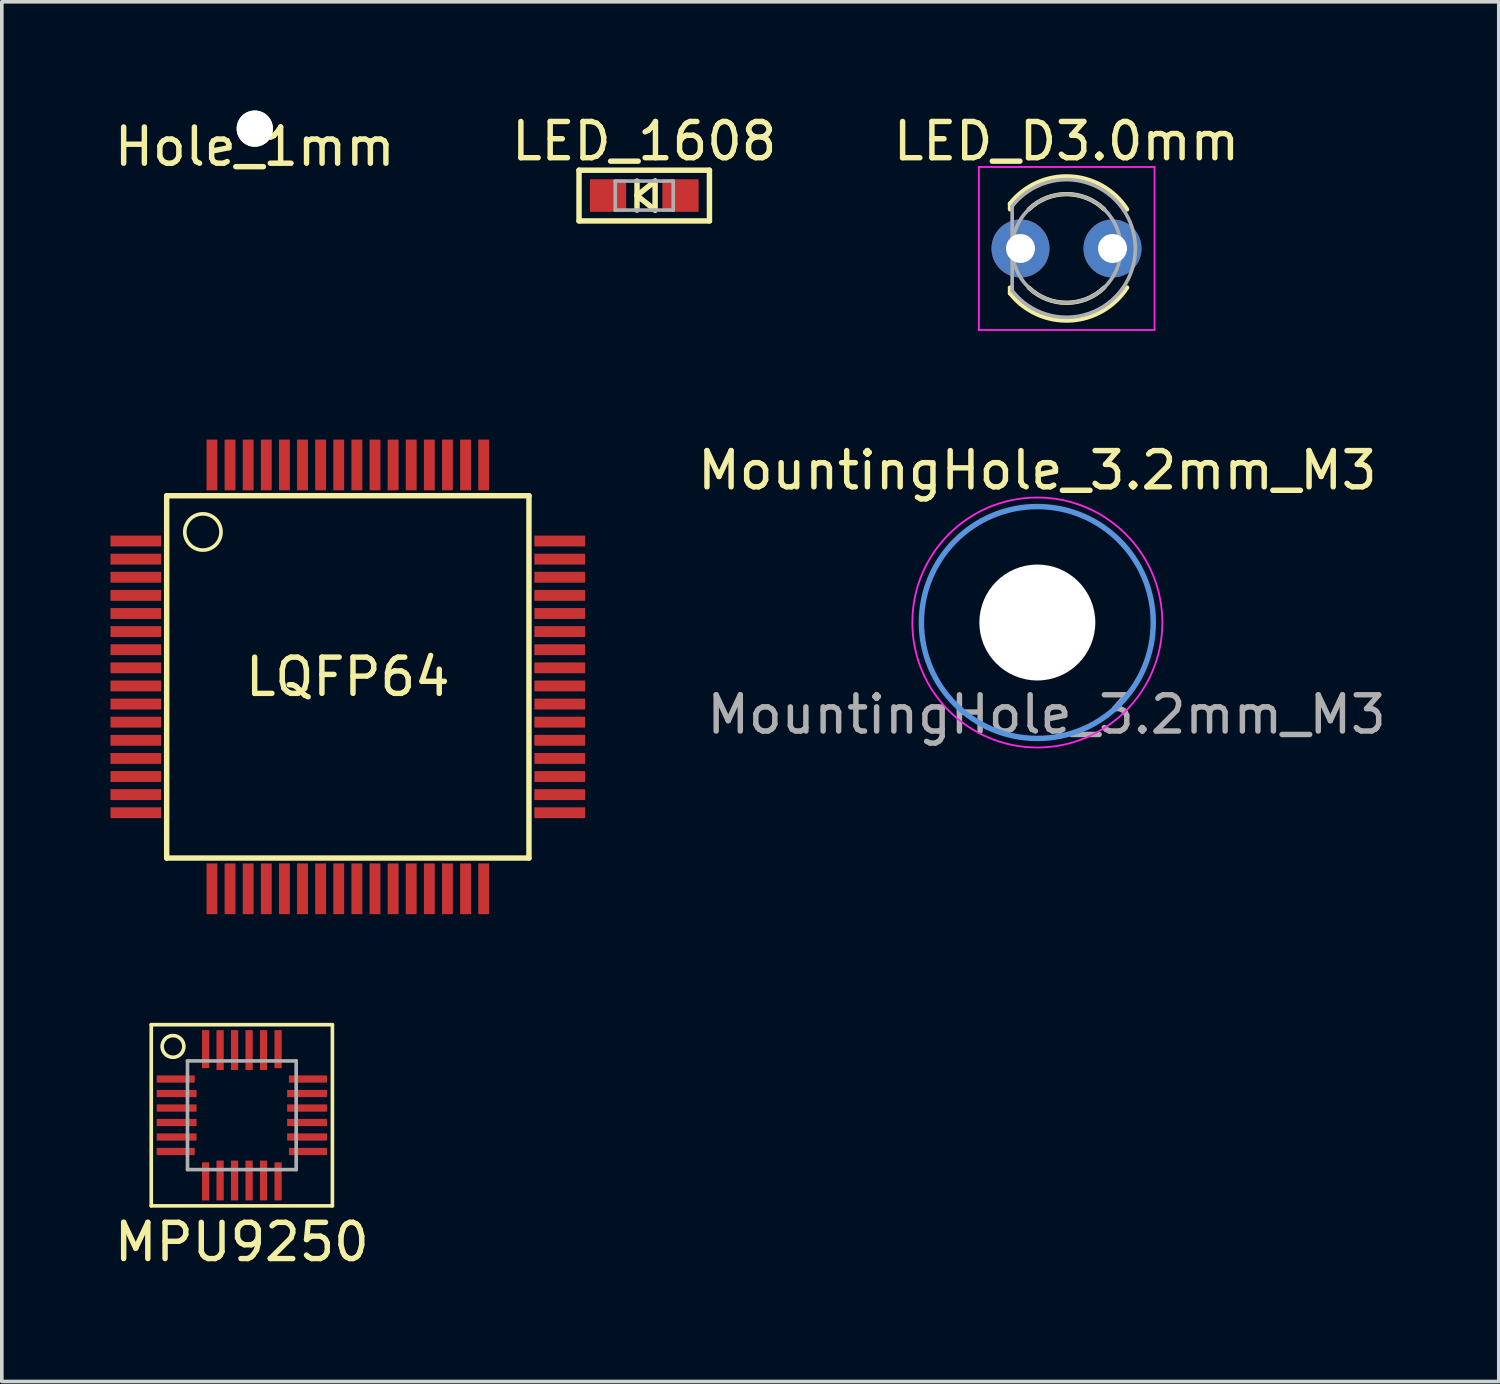
<source format=kicad_pcb>
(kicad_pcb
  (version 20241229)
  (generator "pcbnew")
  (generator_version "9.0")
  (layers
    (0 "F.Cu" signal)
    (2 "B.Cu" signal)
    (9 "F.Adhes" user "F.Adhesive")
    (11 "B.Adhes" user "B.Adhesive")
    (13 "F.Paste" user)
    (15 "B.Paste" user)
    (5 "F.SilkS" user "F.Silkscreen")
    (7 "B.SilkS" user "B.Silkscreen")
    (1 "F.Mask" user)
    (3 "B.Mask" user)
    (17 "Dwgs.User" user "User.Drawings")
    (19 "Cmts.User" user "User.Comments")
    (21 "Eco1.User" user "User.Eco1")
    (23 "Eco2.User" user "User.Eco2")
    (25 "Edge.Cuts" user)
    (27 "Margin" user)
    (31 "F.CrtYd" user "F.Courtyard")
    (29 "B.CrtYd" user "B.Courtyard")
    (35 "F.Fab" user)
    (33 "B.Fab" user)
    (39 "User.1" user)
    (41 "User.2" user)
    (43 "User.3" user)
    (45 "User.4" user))
  (footprint "LED_1608"
    (layer "F.Cu")
    (at 14.732 2.348)
    (property "Reference" "LED_1608" (at 0 -1.5 0) (layer "F.SilkS") (effects (font (size 1 1) (thickness 0.15))))
    (attr smd)
    (fp_line (start -1.8 -0.7) (end 1.8 -0.7) (stroke (width 0.15) (type solid)) (layer "F.SilkS"))
    (fp_line (start -1.8 0.7) (end -1.8 -0.7) (stroke (width 0.15) (type solid)) (layer "F.SilkS"))
    (fp_line (start -0.2 -0.4) (end -0.2 0.4) (stroke (width 0.15) (type solid)) (layer "F.SilkS"))
    (fp_line (start -0.2 0) (end 0.3 0.4) (stroke (width 0.15) (type solid)) (layer "F.SilkS"))
    (fp_line (start 0.3 -0.4) (end -0.2 0) (stroke (width 0.15) (type solid)) (layer "F.SilkS"))
    (fp_line (start 0.3 -0.4) (end 0.3 0.4) (stroke (width 0.15) (type solid)) (layer "F.SilkS"))
    (fp_line (start 1.8 -0.7) (end 1.8 0.7) (stroke (width 0.15) (type solid)) (layer "F.SilkS"))
    (fp_line (start 1.8 0.7) (end -1.8 0.7) (stroke (width 0.15) (type solid)) (layer "F.SilkS"))
    (fp_line (start -0.8 -0.4) (end 0.8 -0.4) (stroke (width 0.1) (type solid)) (layer "F.Fab"))
    (fp_line (start -0.8 0.4) (end -0.8 -0.4) (stroke (width 0.1) (type solid)) (layer "F.Fab"))
    (fp_line (start 0.8 -0.4) (end 0.8 0.4) (stroke (width 0.1) (type solid)) (layer "F.Fab"))
    (fp_line (start 0.8 0.4) (end -0.8 0.4) (stroke (width 0.1) (type solid)) (layer "F.Fab"))
    (pad "1" smd rect (at -1 0) (size 1 0.9) (layers "F.Cu" "F.Mask" "F.Paste"))
    (pad "2" smd rect (at 1 0) (size 1 0.9) (layers "F.Cu" "F.Mask" "F.Paste")))
  (footprint "LQFP64"
    (layer "F.Cu")
    (at 6.55 15.633)
    (property "Reference" "LQFP64" (at 0 0 0) (layer "F.SilkS") (effects (font (size 1 1) (thickness 0.15))))
    (attr smd)
    (fp_line (start -5 -5) (end 5 -5) (stroke (width 0.15) (type solid)) (layer "F.SilkS"))
    (fp_line (start -5 5) (end -5 -5) (stroke (width 0.15) (type solid)) (layer "F.SilkS"))
    (fp_line (start 5 -5) (end 5 5) (stroke (width 0.15) (type solid)) (layer "F.SilkS"))
    (fp_line (start 5 5) (end -5 5) (stroke (width 0.15) (type solid)) (layer "F.SilkS"))
    (fp_circle (center -4 -4) (end -4 -4.5) (stroke (width 0.1) (type solid)) (fill no) (layer "F.SilkS"))
    (pad "1" smd rect (at -5.85 -3.75) (size 1.4 0.3) (layers "F.Cu" "F.Mask" "F.Paste"))
    (pad "2" smd rect (at -5.85 -3.25) (size 1.4 0.3) (layers "F.Cu" "F.Mask" "F.Paste"))
    (pad "3" smd rect (at -5.85 -2.75) (size 1.4 0.3) (layers "F.Cu" "F.Mask" "F.Paste"))
    (pad "4" smd rect (at -5.85 -2.25) (size 1.4 0.3) (layers "F.Cu" "F.Mask" "F.Paste"))
    (pad "5" smd rect (at -5.85 -1.75) (size 1.4 0.3) (layers "F.Cu" "F.Mask" "F.Paste"))
    (pad "6" smd rect (at -5.85 -1.25) (size 1.4 0.3) (layers "F.Cu" "F.Mask" "F.Paste"))
    (pad "7" smd rect (at -5.85 -0.75) (size 1.4 0.3) (layers "F.Cu" "F.Mask" "F.Paste"))
    (pad "8" smd rect (at -5.85 -0.25) (size 1.4 0.3) (layers "F.Cu" "F.Mask" "F.Paste"))
    (pad "9" smd rect (at -5.85 0.25) (size 1.4 0.3) (layers "F.Cu" "F.Mask" "F.Paste"))
    (pad "10" smd rect (at -5.85 0.75) (size 1.4 0.3) (layers "F.Cu" "F.Mask" "F.Paste"))
    (pad "11" smd rect (at -5.85 1.25) (size 1.4 0.3) (layers "F.Cu" "F.Mask" "F.Paste"))
    (pad "12" smd rect (at -5.85 1.75) (size 1.4 0.3) (layers "F.Cu" "F.Mask" "F.Paste"))
    (pad "13" smd rect (at -5.85 2.25) (size 1.4 0.3) (layers "F.Cu" "F.Mask" "F.Paste"))
    (pad "14" smd rect (at -5.85 2.75) (size 1.4 0.3) (layers "F.Cu" "F.Mask" "F.Paste"))
    (pad "15" smd rect (at -5.85 3.25) (size 1.4 0.3) (layers "F.Cu" "F.Mask" "F.Paste"))
    (pad "16" smd rect (at -5.85 3.75) (size 1.4 0.3) (layers "F.Cu" "F.Mask" "F.Paste"))
    (pad "17" smd rect (at -3.75 5.85 90) (size 1.4 0.3) (layers "F.Cu" "F.Mask" "F.Paste"))
    (pad "18" smd rect (at -3.25 5.85 90) (size 1.4 0.3) (layers "F.Cu" "F.Mask" "F.Paste"))
    (pad "19" smd rect (at -2.75 5.85 90) (size 1.4 0.3) (layers "F.Cu" "F.Mask" "F.Paste"))
    (pad "20" smd rect (at -2.25 5.85 90) (size 1.4 0.3) (layers "F.Cu" "F.Mask" "F.Paste"))
    (pad "21" smd rect (at -1.75 5.85 90) (size 1.4 0.3) (layers "F.Cu" "F.Mask" "F.Paste"))
    (pad "22" smd rect (at -1.25 5.85 90) (size 1.4 0.3) (layers "F.Cu" "F.Mask" "F.Paste"))
    (pad "23" smd rect (at -0.75 5.85 90) (size 1.4 0.3) (layers "F.Cu" "F.Mask" "F.Paste"))
    (pad "24" smd rect (at -0.25 5.85 90) (size 1.4 0.3) (layers "F.Cu" "F.Mask" "F.Paste"))
    (pad "25" smd rect (at 0.25 5.85 90) (size 1.4 0.3) (layers "F.Cu" "F.Mask" "F.Paste"))
    (pad "26" smd rect (at 0.75 5.85 90) (size 1.4 0.3) (layers "F.Cu" "F.Mask" "F.Paste"))
    (pad "27" smd rect (at 1.25 5.85 90) (size 1.4 0.3) (layers "F.Cu" "F.Mask" "F.Paste"))
    (pad "28" smd rect (at 1.75 5.85 90) (size 1.4 0.3) (layers "F.Cu" "F.Mask" "F.Paste"))
    (pad "29" smd rect (at 2.25 5.85 90) (size 1.4 0.3) (layers "F.Cu" "F.Mask" "F.Paste"))
    (pad "30" smd rect (at 2.75 5.85 90) (size 1.4 0.3) (layers "F.Cu" "F.Mask" "F.Paste"))
    (pad "31" smd rect (at 3.25 5.85 90) (size 1.4 0.3) (layers "F.Cu" "F.Mask" "F.Paste"))
    (pad "32" smd rect (at 3.75 5.85 90) (size 1.4 0.3) (layers "F.Cu" "F.Mask" "F.Paste"))
    (pad "33" smd rect (at 5.85 3.75) (size 1.4 0.3) (layers "F.Cu" "F.Mask" "F.Paste"))
    (pad "34" smd rect (at 5.85 3.25) (size 1.4 0.3) (layers "F.Cu" "F.Mask" "F.Paste"))
    (pad "35" smd rect (at 5.85 2.75) (size 1.4 0.3) (layers "F.Cu" "F.Mask" "F.Paste"))
    (pad "36" smd rect (at 5.85 2.25) (size 1.4 0.3) (layers "F.Cu" "F.Mask" "F.Paste"))
    (pad "37" smd rect (at 5.85 1.75) (size 1.4 0.3) (layers "F.Cu" "F.Mask" "F.Paste"))
    (pad "38" smd rect (at 5.85 1.25) (size 1.4 0.3) (layers "F.Cu" "F.Mask" "F.Paste"))
    (pad "39" smd rect (at 5.85 0.75) (size 1.4 0.3) (layers "F.Cu" "F.Mask" "F.Paste"))
    (pad "40" smd rect (at 5.85 0.25) (size 1.4 0.3) (layers "F.Cu" "F.Mask" "F.Paste"))
    (pad "41" smd rect (at 5.85 -0.25) (size 1.4 0.3) (layers "F.Cu" "F.Mask" "F.Paste"))
    (pad "42" smd rect (at 5.85 -0.75) (size 1.4 0.3) (layers "F.Cu" "F.Mask" "F.Paste"))
    (pad "43" smd rect (at 5.85 -1.25) (size 1.4 0.3) (layers "F.Cu" "F.Mask" "F.Paste"))
    (pad "44" smd rect (at 5.85 -1.75) (size 1.4 0.3) (layers "F.Cu" "F.Mask" "F.Paste"))
    (pad "45" smd rect (at 5.85 -2.25) (size 1.4 0.3) (layers "F.Cu" "F.Mask" "F.Paste"))
    (pad "46" smd rect (at 5.85 -2.75) (size 1.4 0.3) (layers "F.Cu" "F.Mask" "F.Paste"))
    (pad "47" smd rect (at 5.85 -3.25) (size 1.4 0.3) (layers "F.Cu" "F.Mask" "F.Paste"))
    (pad "48" smd rect (at 5.85 -3.75) (size 1.4 0.3) (layers "F.Cu" "F.Mask" "F.Paste"))
    (pad "49" smd rect (at 3.75 -5.85 90) (size 1.4 0.3) (layers "F.Cu" "F.Mask" "F.Paste"))
    (pad "50" smd rect (at 3.25 -5.85 90) (size 1.4 0.3) (layers "F.Cu" "F.Mask" "F.Paste"))
    (pad "51" smd rect (at 2.75 -5.85 90) (size 1.4 0.3) (layers "F.Cu" "F.Mask" "F.Paste"))
    (pad "52" smd rect (at 2.25 -5.85 90) (size 1.4 0.3) (layers "F.Cu" "F.Mask" "F.Paste"))
    (pad "53" smd rect (at 1.75 -5.85 90) (size 1.4 0.3) (layers "F.Cu" "F.Mask" "F.Paste"))
    (pad "54" smd rect (at 1.25 -5.85 90) (size 1.4 0.3) (layers "F.Cu" "F.Mask" "F.Paste"))
    (pad "55" smd rect (at 0.75 -5.85 90) (size 1.4 0.3) (layers "F.Cu" "F.Mask" "F.Paste"))
    (pad "56" smd rect (at 0.25 -5.85 90) (size 1.4 0.3) (layers "F.Cu" "F.Mask" "F.Paste"))
    (pad "57" smd rect (at -0.25 -5.85 90) (size 1.4 0.3) (layers "F.Cu" "F.Mask" "F.Paste"))
    (pad "58" smd rect (at -0.75 -5.85 90) (size 1.4 0.3) (layers "F.Cu" "F.Mask" "F.Paste"))
    (pad "59" smd rect (at -1.25 -5.85 90) (size 1.4 0.3) (layers "F.Cu" "F.Mask" "F.Paste"))
    (pad "60" smd rect (at -1.75 -5.85 90) (size 1.4 0.3) (layers "F.Cu" "F.Mask" "F.Paste"))
    (pad "61" smd rect (at -2.25 -5.85 90) (size 1.4 0.3) (layers "F.Cu" "F.Mask" "F.Paste"))
    (pad "62" smd rect (at -2.75 -5.85 90) (size 1.4 0.3) (layers "F.Cu" "F.Mask" "F.Paste"))
    (pad "63" smd rect (at -3.25 -5.85 90) (size 1.4 0.3) (layers "F.Cu" "F.Mask" "F.Paste"))
    (pad "64" smd rect (at -3.75 -5.85 90) (size 1.4 0.3) (layers "F.Cu" "F.Mask" "F.Paste")))
  (footprint "MPU9250"
    (layer "F.Cu")
    (at 3.625 27.733)
    (property "Reference" "MPU9250" (at 0 3.5 0) (layer "F.SilkS") (effects (font (size 1 1) (thickness 0.15))))
    (attr through_hole)
    (fp_line (start -2.5 -2.5) (end 2.5 -2.5) (stroke (width 0.1) (type solid)) (layer "F.SilkS"))
    (fp_line (start -2.5 2.5) (end -2.5 -2.5) (stroke (width 0.1) (type solid)) (layer "F.SilkS"))
    (fp_line (start 2.5 -2.5) (end 2.5 2.5) (stroke (width 0.1) (type solid)) (layer "F.SilkS"))
    (fp_line (start 2.5 2.5) (end -2.5 2.5) (stroke (width 0.1) (type solid)) (layer "F.SilkS"))
    (fp_circle (center -1.9 -1.9) (end -1.6 -1.9) (stroke (width 0.1) (type solid)) (fill no) (layer "F.SilkS"))
    (fp_line (start -1.5 -1.5) (end 1.5 -1.5) (stroke (width 0.1) (type solid)) (layer "F.Fab"))
    (fp_line (start -1.5 1.5) (end -1.5 -1.5) (stroke (width 0.1) (type solid)) (layer "F.Fab"))
    (fp_line (start 1.5 -1.5) (end 1.5 1.5) (stroke (width 0.1) (type solid)) (layer "F.Fab"))
    (fp_line (start 1.5 1.5) (end -1.5 1.5) (stroke (width 0.1) (type solid)) (layer "F.Fab"))
    (pad "1" smd rect (at -1.825 -1) (size 1.05 0.2) (layers "F.Cu" "F.Mask" "F.Paste"))
    (pad "2" smd rect (at -1.8 -0.6) (size 1.1 0.2) (layers "F.Cu" "F.Mask" "F.Paste"))
    (pad "3" smd rect (at -1.8 -0.2) (size 1.1 0.2) (layers "F.Cu" "F.Mask" "F.Paste"))
    (pad "4" smd rect (at -1.8 0.2) (size 1.1 0.2) (layers "F.Cu" "F.Mask" "F.Paste"))
    (pad "5" smd rect (at -1.8 0.6) (size 1.1 0.2) (layers "F.Cu" "F.Mask" "F.Paste"))
    (pad "6" smd rect (at -1.825 1) (size 1.05 0.2) (layers "F.Cu" "F.Mask" "F.Paste"))
    (pad "7" smd rect (at -1 1.825) (size 0.2 1.05) (layers "F.Cu" "F.Mask" "F.Paste"))
    (pad "8" smd rect (at -0.6 1.8) (size 0.2 1.1) (layers "F.Cu" "F.Mask" "F.Paste"))
    (pad "9" smd rect (at -0.2 1.8) (size 0.2 1.1) (layers "F.Cu" "F.Mask" "F.Paste"))
    (pad "10" smd rect (at 0.2 1.8) (size 0.2 1.1) (layers "F.Cu" "F.Mask" "F.Paste"))
    (pad "11" smd rect (at 0.6 1.8) (size 0.2 1.1) (layers "F.Cu" "F.Mask" "F.Paste"))
    (pad "12" smd rect (at 1 1.825) (size 0.2 1.05) (layers "F.Cu" "F.Mask" "F.Paste"))
    (pad "13" smd rect (at 1.825 1) (size 1.05 0.2) (layers "F.Cu" "F.Mask" "F.Paste"))
    (pad "14" smd rect (at 1.8 0.6) (size 1.1 0.2) (layers "F.Cu" "F.Mask" "F.Paste"))
    (pad "15" smd rect (at 1.8 0.2) (size 1.1 0.2) (layers "F.Cu" "F.Mask" "F.Paste"))
    (pad "16" smd rect (at 1.8 -0.2) (size 1.1 0.2) (layers "F.Cu" "F.Mask" "F.Paste"))
    (pad "17" smd rect (at 1.8 -0.6) (size 1.1 0.2) (layers "F.Cu" "F.Mask" "F.Paste"))
    (pad "18" smd rect (at 1.825 -1) (size 1.05 0.2) (layers "F.Cu" "F.Mask" "F.Paste"))
    (pad "19" smd rect (at 1 -1.825) (size 0.2 1.05) (layers "F.Cu" "F.Mask" "F.Paste"))
    (pad "20" smd rect (at 0.6 -1.8) (size 0.2 1.1) (layers "F.Cu" "F.Mask" "F.Paste"))
    (pad "21" smd rect (at 0.2 -1.8) (size 0.2 1.1) (layers "F.Cu" "F.Mask" "F.Paste"))
    (pad "22" smd rect (at -0.2 -1.8) (size 0.2 1.1) (layers "F.Cu" "F.Mask" "F.Paste"))
    (pad "23" smd rect (at -0.6 -1.8) (size 0.2 1.1) (layers "F.Cu" "F.Mask" "F.Paste"))
    (pad "24" smd rect (at -1 -1.825) (size 0.2 1.05) (layers "F.Cu" "F.Mask" "F.Paste")))
  (footprint "Hole_1mm"
    (layer "F.Cu")
    (at 3.982 0.5)
    (property "Reference" "Hole_1mm" (at 0 0.5 0) (layer "F.SilkS") (effects (font (size 1 1) (thickness 0.15))))
    (attr through_hole)
    (pad "" np_thru_hole circle (at 0 0) (size 1 1) (drill 1) (layers "*.Cu" "*.Mask" "F.SilkS")))
  (footprint "MountingHole_3.2mm_M3"
    (layer "F.Cu")
    (at 25.582 14.132)
    (property "Reference" "MountingHole_3.2mm_M3" (at 0 -4.2 0) (layer "F.SilkS") (effects (font (size 1 1) (thickness 0.15))))
    (attr exclude_from_pos_files exclude_from_bom)
    (fp_circle (center 0 0) (end 3.2 0) (stroke (width 0.15) (type solid)) (fill no) (layer "Cmts.User"))
    (fp_circle (center 0 0) (end 3.45 0) (stroke (width 0.05) (type solid)) (fill no) (layer "F.CrtYd"))
    (fp_text user "${REFERENCE}" (at 0.254 2.54 0) (layer "F.Fab") (effects (font (size 1 1) (thickness 0.15))))
    (pad "" np_thru_hole circle (at 0 0) (size 3.2 3.2) (drill 3.2) (layers "*.Cu" "*.Mask")))
  (footprint "LED_D3.0mm"
    (layer "F.Cu")
    (at 25.117 3.808)
    (property "Reference" "LED_D3.0mm" (at 1.27 -2.96 0) (layer "F.SilkS") (effects (font (size 1 1) (thickness 0.15))))
    (attr through_hole)
    (fp_line (start -0.29 -1.236) (end -0.29 -1.08) (stroke (width 0.12) (type solid)) (layer "F.SilkS"))
    (fp_line (start -0.29 1.08) (end -0.29 1.236) (stroke (width 0.12) (type solid)) (layer "F.SilkS"))
    (fp_arc (start -0.29 -1.235516) (mid 1.366487 -1.987659) (end 2.942335 -1.078608) (stroke (width 0.12) (type solid)) (layer "F.SilkS"))
    (fp_arc (start 0.229039 -1.08) (mid 1.270117 -1.5) (end 2.31113 -1.079837) (stroke (width 0.12) (type solid)) (layer "F.SilkS"))
    (fp_arc (start 2.31113 1.079837) (mid 1.270117 1.5) (end 0.229039 1.08) (stroke (width 0.12) (type solid)) (layer "F.SilkS"))
    (fp_arc (start 2.942335 1.078608) (mid 1.366487 1.987659) (end -0.29 1.235516) (stroke (width 0.12) (type solid)) (layer "F.SilkS"))
    (fp_line (start -1.15 -2.25) (end -1.15 2.25) (stroke (width 0.05) (type solid)) (layer "F.CrtYd"))
    (fp_line (start -1.15 2.25) (end 3.7 2.25) (stroke (width 0.05) (type solid)) (layer "F.CrtYd"))
    (fp_line (start 3.7 -2.25) (end -1.15 -2.25) (stroke (width 0.05) (type solid)) (layer "F.CrtYd"))
    (fp_line (start 3.7 2.25) (end 3.7 -2.25) (stroke (width 0.05) (type solid)) (layer "F.CrtYd"))
    (fp_line (start -0.23 -1.166) (end -0.23 1.166) (stroke (width 0.1) (type solid)) (layer "F.Fab"))
    (fp_arc (start -0.23 -1.16619) (mid 3.17 0.000452) (end -0.230555 1.165476) (stroke (width 0.1) (type solid)) (layer "F.Fab"))
    (fp_circle (center 1.27 0) (end 2.77 0) (stroke (width 0.1) (type solid)) (fill no) (layer "F.Fab"))
    (pad "1" thru_hole circle (at 2.54 0) (size 1.6 1.6) (drill 0.8) (layers "*.Cu" "*.Mask"))
    (pad "2" thru_hole circle (at 0 0) (size 1.6 1.6) (drill 0.8) (layers "*.Cu" "*.Mask")))
  (gr_rect
    (start -3 -3)
    (end 38.318 35.081)
    (stroke (width 0.1) (type default))
    (fill no)
    (layer "Edge.Cuts")))
</source>
